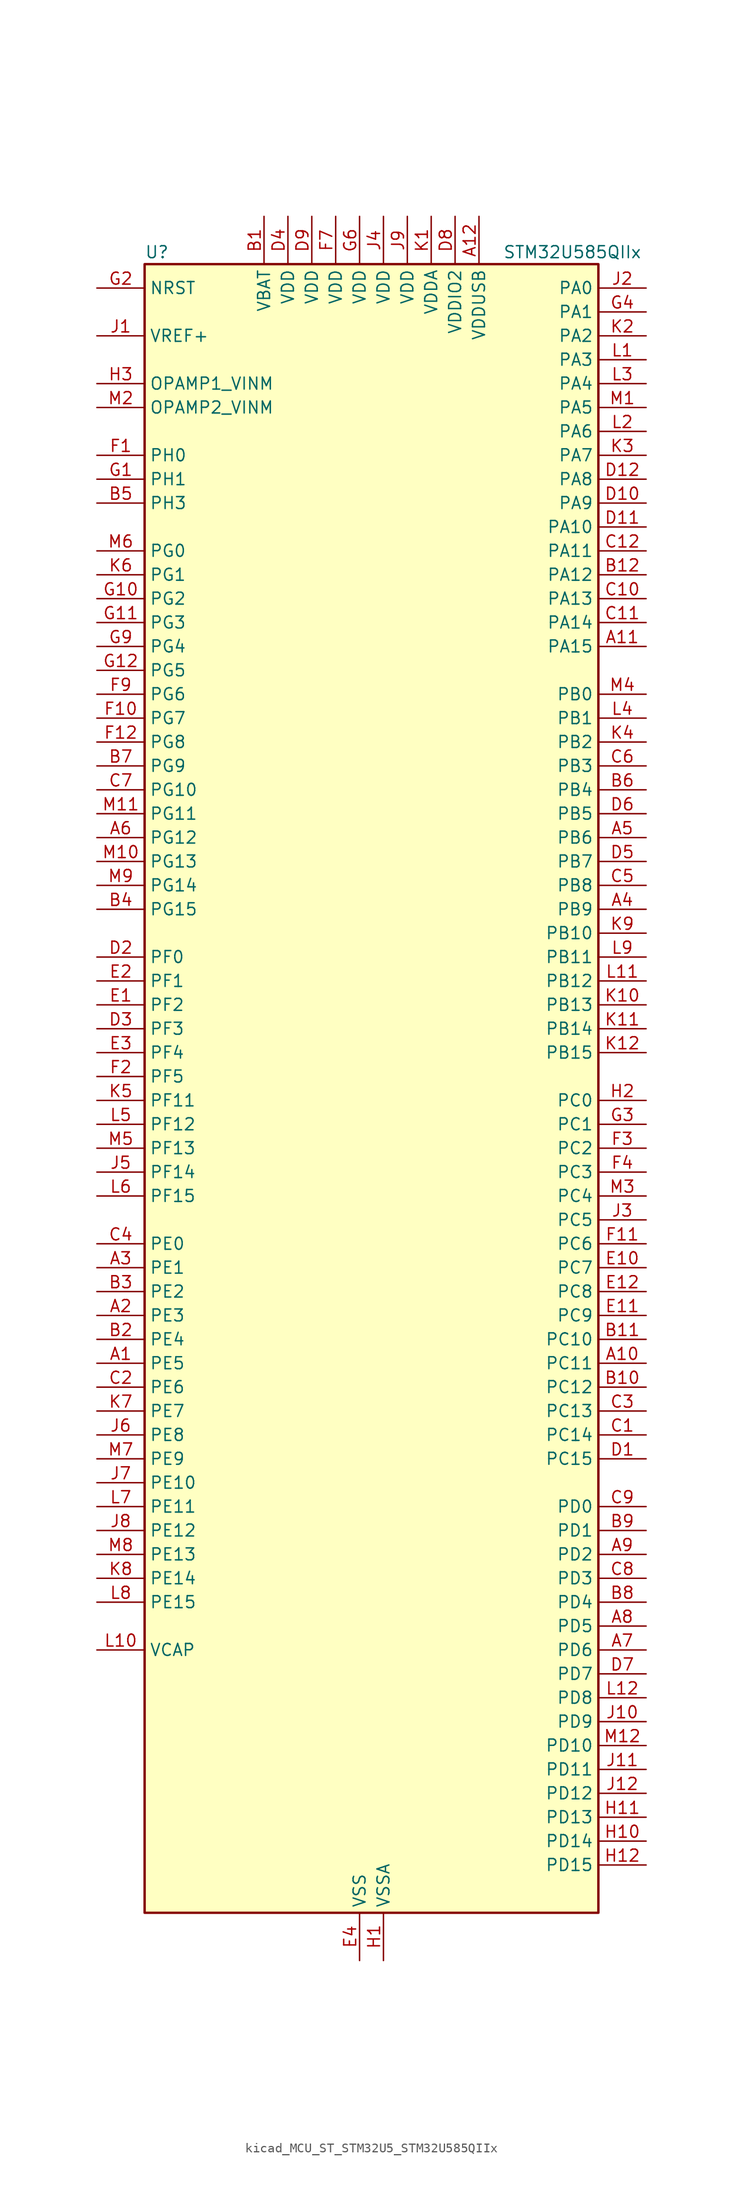
<source format=kicad_sym>
(kicad_symbol_lib
  (version 20220914)
  (generator kicad_symbol_editor)
  (symbol "kicad_MCU_ST_STM32U5_STM32U585QIIx"
    (property "Reference" "U"
      (at -22.86 90.17 0)
      (effects (font (size 1.27 1.27)) (justify left)))
    (property "Value" "STM32U585QIIx"
      (at 15.24 90.17 0)
      (effects (font (size 1.27 1.27)) (justify left)))
    (property "ki_locked" ""
      (at 0 0 0)
      (effects (font (size 1.27 1.27))))
    (symbol "kicad_MCU_ST_STM32U5_STM32U585QIIx_0_1"
      (rectangle (start -22.86 -86.36) (end 25.4 88.9) (stroke (width 0.254) (type default)) (fill (type background))))
    (symbol "kicad_MCU_ST_STM32U5_STM32U585QIIx_1_1"
      (pin bidirectional line (at -27.94 -27.94 0) (length 5.08) (name "PE5" (effects (font (size 1.27 1.27)))) (number "A1" (effects (font (size 1.27 1.27)))) (alternate "DCMI_D6" bidirectional line) (alternate "DEBUG_TRACED2" bidirectional line) (alternate "FMC_A21" bidirectional line) (alternate "MDF1_CKI3" bidirectional line) (alternate "PSSI_D6" bidirectional line) (alternate "PWR_WKUP2" bidirectional line) (alternate "SAI1_CK2" bidirectional line) (alternate "SAI1_SCK_A" bidirectional line) (alternate "TAMP_IN8" bidirectional line) (alternate "TAMP_OUT7" bidirectional line) (alternate "TIM3_CH3" bidirectional line) (alternate "TSC_G7_IO4" bidirectional line))
      (pin bidirectional line (at 30.48 -27.94 180) (length 5.08) (name "PC11" (effects (font (size 1.27 1.27)))) (number "A10" (effects (font (size 1.27 1.27)))) (alternate "ADC1_EXTI11" bidirectional line) (alternate "ADF1_SDI0" bidirectional line) (alternate "DCMI_D2" bidirectional line) (alternate "DCMI_D4" bidirectional line) (alternate "LPTIM3_IN1" bidirectional line) (alternate "OCTOSPIM_P1_NCS" bidirectional line) (alternate "PSSI_D2" bidirectional line) (alternate "PSSI_D4" bidirectional line) (alternate "SAI2_MCLK_B" bidirectional line) (alternate "SDMMC1_D3" bidirectional line) (alternate "SPI3_MISO" bidirectional line) (alternate "TSC_G3_IO3" bidirectional line) (alternate "UART4_RX" bidirectional line) (alternate "UCPD1_FRSTX2" bidirectional line) (alternate "USART3_RX" bidirectional line))
      (pin bidirectional line (at 30.48 48.26 180) (length 5.08) (name "PA15" (effects (font (size 1.27 1.27)))) (number "A11" (effects (font (size 1.27 1.27)))) (alternate "ADC1_EXTI15" bidirectional line) (alternate "ADC4_EXTI15" bidirectional line) (alternate "DEBUG_JTDI" bidirectional line) (alternate "SAI2_FS_B" bidirectional line) (alternate "SPI1_NSS" bidirectional line) (alternate "SPI3_NSS" bidirectional line) (alternate "TIM2_CH1" bidirectional line) (alternate "TIM2_ETR" bidirectional line) (alternate "UART4_DE" bidirectional line) (alternate "UART4_RTS" bidirectional line) (alternate "UCPD1_CC1" bidirectional line) (alternate "USART2_RX" bidirectional line) (alternate "USART3_DE" bidirectional line) (alternate "USART3_RTS" bidirectional line))
      (pin power_in line (at 12.7 93.98 270) (length 5.08) (name "VDDUSB" (effects (font (size 1.27 1.27)))) (number "A12" (effects (font (size 1.27 1.27)))))
      (pin bidirectional line (at -27.94 -22.86 0) (length 5.08) (name "PE3" (effects (font (size 1.27 1.27)))) (number "A2" (effects (font (size 1.27 1.27)))) (alternate "DEBUG_TRACED0" bidirectional line) (alternate "FMC_A19" bidirectional line) (alternate "OCTOSPIM_P1_DQS" bidirectional line) (alternate "SAI1_SD_B" bidirectional line) (alternate "TAMP_IN6" bidirectional line) (alternate "TAMP_OUT3" bidirectional line) (alternate "TIM3_CH1" bidirectional line) (alternate "TSC_G7_IO2" bidirectional line))
      (pin bidirectional line (at -27.94 -17.78 0) (length 5.08) (name "PE1" (effects (font (size 1.27 1.27)))) (number "A3" (effects (font (size 1.27 1.27)))) (alternate "DCMI_D3" bidirectional line) (alternate "FMC_NBL1" bidirectional line) (alternate "PSSI_D3" bidirectional line) (alternate "TIM17_CH1" bidirectional line))
      (pin bidirectional line (at 30.48 20.32 180) (length 5.08) (name "PB9" (effects (font (size 1.27 1.27)))) (number "A4" (effects (font (size 1.27 1.27)))) (alternate "DAC1_EXTI9" bidirectional line) (alternate "DCMI_D7" bidirectional line) (alternate "FDCAN1_TX" bidirectional line) (alternate "I2C1_SDA" bidirectional line) (alternate "IR_OUT" bidirectional line) (alternate "PSSI_D7" bidirectional line) (alternate "SAI1_D2" bidirectional line) (alternate "SAI1_FS_A" bidirectional line) (alternate "SDMMC1_CDIR" bidirectional line) (alternate "SDMMC1_D5" bidirectional line) (alternate "SDMMC2_D5" bidirectional line) (alternate "SPI2_NSS" bidirectional line) (alternate "TIM17_CH1" bidirectional line) (alternate "TIM4_CH4" bidirectional line))
      (pin bidirectional line (at 30.48 27.94 180) (length 5.08) (name "PB6" (effects (font (size 1.27 1.27)))) (number "A5" (effects (font (size 1.27 1.27)))) (alternate "COMP2_INP" bidirectional line) (alternate "DCMI_D5" bidirectional line) (alternate "I2C1_SCL" bidirectional line) (alternate "I2C4_SCL" bidirectional line) (alternate "LPTIM1_ETR" bidirectional line) (alternate "MDF1_SDI5" bidirectional line) (alternate "PSSI_D5" bidirectional line) (alternate "PWR_WKUP3" bidirectional line) (alternate "SAI1_FS_B" bidirectional line) (alternate "TIM16_CH1N" bidirectional line) (alternate "TIM4_CH1" bidirectional line) (alternate "TIM8_BKIN2" bidirectional line) (alternate "TSC_G2_IO3" bidirectional line) (alternate "USART1_TX" bidirectional line))
      (pin bidirectional line (at -27.94 27.94 0) (length 5.08) (name "PG12" (effects (font (size 1.27 1.27)))) (number "A6" (effects (font (size 1.27 1.27)))) (alternate "FMC_NE4" bidirectional line) (alternate "LPTIM1_ETR" bidirectional line) (alternate "OCTOSPIM_P2_NCS" bidirectional line) (alternate "SAI2_SD_A" bidirectional line) (alternate "SPI3_NSS" bidirectional line) (alternate "USART1_DE" bidirectional line) (alternate "USART1_RTS" bidirectional line))
      (pin bidirectional line (at 30.48 -58.42 180) (length 5.08) (name "PD6" (effects (font (size 1.27 1.27)))) (number "A7" (effects (font (size 1.27 1.27)))) (alternate "DCMI_D10" bidirectional line) (alternate "FMC_NWAIT" bidirectional line) (alternate "MDF1_SDI1" bidirectional line) (alternate "OCTOSPIM_P1_IO6" bidirectional line) (alternate "PSSI_D10" bidirectional line) (alternate "SAI1_D1" bidirectional line) (alternate "SAI1_SD_A" bidirectional line) (alternate "SDMMC2_CK" bidirectional line) (alternate "SPI3_MOSI" bidirectional line) (alternate "USART2_RX" bidirectional line))
      (pin bidirectional line (at 30.48 -55.88 180) (length 5.08) (name "PD5" (effects (font (size 1.27 1.27)))) (number "A8" (effects (font (size 1.27 1.27)))) (alternate "FMC_NWE" bidirectional line) (alternate "OCTOSPIM_P1_IO5" bidirectional line) (alternate "SPI2_RDY" bidirectional line) (alternate "USART2_TX" bidirectional line))
      (pin bidirectional line (at 30.48 -48.26 180) (length 5.08) (name "PD2" (effects (font (size 1.27 1.27)))) (number "A9" (effects (font (size 1.27 1.27)))) (alternate "DCMI_D11" bidirectional line) (alternate "DEBUG_TRACED2" bidirectional line) (alternate "LPTIM4_ETR" bidirectional line) (alternate "PSSI_D11" bidirectional line) (alternate "SDMMC1_CMD" bidirectional line) (alternate "TIM3_ETR" bidirectional line) (alternate "TSC_SYNC" bidirectional line) (alternate "UART5_RX" bidirectional line) (alternate "USART3_DE" bidirectional line) (alternate "USART3_RTS" bidirectional line))
      (pin power_in line (at -10.16 93.98 270) (length 5.08) (name "VBAT" (effects (font (size 1.27 1.27)))) (number "B1" (effects (font (size 1.27 1.27)))))
      (pin bidirectional line (at 30.48 -30.48 180) (length 5.08) (name "PC12" (effects (font (size 1.27 1.27)))) (number "B10" (effects (font (size 1.27 1.27)))) (alternate "DCMI_D9" bidirectional line) (alternate "DEBUG_TRACED3" bidirectional line) (alternate "PSSI_D9" bidirectional line) (alternate "SAI2_SD_B" bidirectional line) (alternate "SDMMC1_CK" bidirectional line) (alternate "SPI3_MOSI" bidirectional line) (alternate "TSC_G3_IO4" bidirectional line) (alternate "UART5_TX" bidirectional line) (alternate "USART3_CK" bidirectional line))
      (pin bidirectional line (at 30.48 -25.4 180) (length 5.08) (name "PC10" (effects (font (size 1.27 1.27)))) (number "B11" (effects (font (size 1.27 1.27)))) (alternate "ADF1_CCK1" bidirectional line) (alternate "DCMI_D8" bidirectional line) (alternate "DEBUG_TRACED1" bidirectional line) (alternate "LPTIM3_ETR" bidirectional line) (alternate "PSSI_D8" bidirectional line) (alternate "SAI2_SCK_B" bidirectional line) (alternate "SDMMC1_D2" bidirectional line) (alternate "SPI3_SCK" bidirectional line) (alternate "TSC_G3_IO2" bidirectional line) (alternate "UART4_TX" bidirectional line) (alternate "USART3_TX" bidirectional line))
      (pin bidirectional line (at 30.48 55.88 180) (length 5.08) (name "PA12" (effects (font (size 1.27 1.27)))) (number "B12" (effects (font (size 1.27 1.27)))) (alternate "FDCAN1_TX" bidirectional line) (alternate "OCTOSPIM_P2_NCS" bidirectional line) (alternate "SPI1_MOSI" bidirectional line) (alternate "TIM1_ETR" bidirectional line) (alternate "USART1_DE" bidirectional line) (alternate "USART1_RTS" bidirectional line) (alternate "USB_OTG_FS_DP" bidirectional line))
      (pin bidirectional line (at -27.94 -25.4 0) (length 5.08) (name "PE4" (effects (font (size 1.27 1.27)))) (number "B2" (effects (font (size 1.27 1.27)))) (alternate "DCMI_D4" bidirectional line) (alternate "DEBUG_TRACED1" bidirectional line) (alternate "FMC_A20" bidirectional line) (alternate "MDF1_SDI3" bidirectional line) (alternate "PSSI_D4" bidirectional line) (alternate "PWR_WKUP1" bidirectional line) (alternate "SAI1_D2" bidirectional line) (alternate "SAI1_FS_A" bidirectional line) (alternate "TAMP_IN7" bidirectional line) (alternate "TAMP_OUT8" bidirectional line) (alternate "TIM3_CH2" bidirectional line) (alternate "TSC_G7_IO3" bidirectional line))
      (pin bidirectional line (at -27.94 -20.32 0) (length 5.08) (name "PE2" (effects (font (size 1.27 1.27)))) (number "B3" (effects (font (size 1.27 1.27)))) (alternate "DEBUG_TRACECLK" bidirectional line) (alternate "FMC_A23" bidirectional line) (alternate "SAI1_CK1" bidirectional line) (alternate "SAI1_MCLK_A" bidirectional line) (alternate "TIM3_ETR" bidirectional line) (alternate "TSC_G7_IO1" bidirectional line))
      (pin bidirectional line (at -27.94 20.32 0) (length 5.08) (name "PG15" (effects (font (size 1.27 1.27)))) (number "B4" (effects (font (size 1.27 1.27)))) (alternate "ADC1_EXTI15" bidirectional line) (alternate "ADC4_EXTI15" bidirectional line) (alternate "DCMI_D13" bidirectional line) (alternate "I2C1_SMBA" bidirectional line) (alternate "LPTIM1_CH1" bidirectional line) (alternate "OCTOSPIM_P2_DQS" bidirectional line) (alternate "PSSI_D13" bidirectional line))
      (pin bidirectional line (at -27.94 63.5 0) (length 5.08) (name "PH3" (effects (font (size 1.27 1.27)))) (number "B5" (effects (font (size 1.27 1.27)))))
      (pin bidirectional line (at 30.48 33.02 180) (length 5.08) (name "PB4" (effects (font (size 1.27 1.27)))) (number "B6" (effects (font (size 1.27 1.27)))) (alternate "ADF1_SDI0" bidirectional line) (alternate "COMP2_INP" bidirectional line) (alternate "DCMI_D12" bidirectional line) (alternate "DEBUG_JTRST" bidirectional line) (alternate "I2C3_SDA" bidirectional line) (alternate "LPTIM1_CH2" bidirectional line) (alternate "PSSI_D12" bidirectional line) (alternate "SAI1_MCLK_B" bidirectional line) (alternate "SDMMC2_D3" bidirectional line) (alternate "SPI1_MISO" bidirectional line) (alternate "SPI3_MISO" bidirectional line) (alternate "TIM17_BKIN" bidirectional line) (alternate "TIM3_CH1" bidirectional line) (alternate "TSC_G2_IO1" bidirectional line) (alternate "UART5_DE" bidirectional line) (alternate "UART5_RTS" bidirectional line) (alternate "USART1_CTS" bidirectional line))
      (pin bidirectional line (at -27.94 35.56 0) (length 5.08) (name "PG9" (effects (font (size 1.27 1.27)))) (number "B7" (effects (font (size 1.27 1.27)))) (alternate "DAC1_EXTI9" bidirectional line) (alternate "FMC_NCE" bidirectional line) (alternate "FMC_NE2" bidirectional line) (alternate "OCTOSPIM_P2_IO6" bidirectional line) (alternate "SAI2_SCK_A" bidirectional line) (alternate "SPI3_SCK" bidirectional line) (alternate "TIM15_CH1N" bidirectional line) (alternate "USART1_TX" bidirectional line))
      (pin bidirectional line (at 30.48 -53.34 180) (length 5.08) (name "PD4" (effects (font (size 1.27 1.27)))) (number "B8" (effects (font (size 1.27 1.27)))) (alternate "FMC_NOE" bidirectional line) (alternate "MDF1_CKI0" bidirectional line) (alternate "OCTOSPIM_P1_IO4" bidirectional line) (alternate "SPI2_MOSI" bidirectional line) (alternate "USART2_DE" bidirectional line) (alternate "USART2_RTS" bidirectional line))
      (pin bidirectional line (at 30.48 -45.72 180) (length 5.08) (name "PD1" (effects (font (size 1.27 1.27)))) (number "B9" (effects (font (size 1.27 1.27)))) (alternate "FDCAN1_TX" bidirectional line) (alternate "FMC_D3" bidirectional line) (alternate "FMC_DA3" bidirectional line) (alternate "SPI2_SCK" bidirectional line))
      (pin bidirectional line (at 30.48 -35.56 180) (length 5.08) (name "PC14" (effects (font (size 1.27 1.27)))) (number "C1" (effects (font (size 1.27 1.27)))) (alternate "RCC_OSC32_IN" bidirectional line))
      (pin bidirectional line (at 30.48 53.34 180) (length 5.08) (name "PA13" (effects (font (size 1.27 1.27)))) (number "C10" (effects (font (size 1.27 1.27)))) (alternate "DEBUG_JTMS-SWDIO" bidirectional line) (alternate "IR_OUT" bidirectional line) (alternate "SAI1_SD_B" bidirectional line) (alternate "USB_OTG_FS_NOE" bidirectional line))
      (pin bidirectional line (at 30.48 50.8 180) (length 5.08) (name "PA14" (effects (font (size 1.27 1.27)))) (number "C11" (effects (font (size 1.27 1.27)))) (alternate "DEBUG_JTCK-SWCLK" bidirectional line) (alternate "I2C1_SMBA" bidirectional line) (alternate "I2C4_SMBA" bidirectional line) (alternate "LPTIM1_CH1" bidirectional line) (alternate "SAI1_FS_B" bidirectional line) (alternate "USB_OTG_FS_SOF" bidirectional line))
      (pin bidirectional line (at 30.48 58.42 180) (length 5.08) (name "PA11" (effects (font (size 1.27 1.27)))) (number "C12" (effects (font (size 1.27 1.27)))) (alternate "ADC1_EXTI11" bidirectional line) (alternate "FDCAN1_RX" bidirectional line) (alternate "SPI1_MISO" bidirectional line) (alternate "TIM1_BKIN2" bidirectional line) (alternate "TIM1_CH4" bidirectional line) (alternate "USART1_CTS" bidirectional line) (alternate "USB_OTG_FS_DM" bidirectional line))
      (pin bidirectional line (at -27.94 -30.48 0) (length 5.08) (name "PE6" (effects (font (size 1.27 1.27)))) (number "C2" (effects (font (size 1.27 1.27)))) (alternate "DCMI_D7" bidirectional line) (alternate "DEBUG_TRACED3" bidirectional line) (alternate "FMC_A22" bidirectional line) (alternate "PSSI_D7" bidirectional line) (alternate "PWR_WKUP3" bidirectional line) (alternate "SAI1_D1" bidirectional line) (alternate "SAI1_SD_A" bidirectional line) (alternate "TAMP_IN3" bidirectional line) (alternate "TAMP_OUT6" bidirectional line) (alternate "TIM3_CH4" bidirectional line))
      (pin bidirectional line (at 30.48 -33.02 180) (length 5.08) (name "PC13" (effects (font (size 1.27 1.27)))) (number "C3" (effects (font (size 1.27 1.27)))) (alternate "PWR_WKUP2" bidirectional line) (alternate "RTC_OUT1" bidirectional line) (alternate "RTC_TS" bidirectional line) (alternate "TAMP_IN1" bidirectional line) (alternate "TAMP_OUT2" bidirectional line))
      (pin bidirectional line (at -27.94 -15.24 0) (length 5.08) (name "PE0" (effects (font (size 1.27 1.27)))) (number "C4" (effects (font (size 1.27 1.27)))) (alternate "DCMI_D2" bidirectional line) (alternate "FMC_NBL0" bidirectional line) (alternate "PSSI_D2" bidirectional line) (alternate "TIM16_CH1" bidirectional line) (alternate "TIM4_ETR" bidirectional line))
      (pin bidirectional line (at 30.48 22.86 180) (length 5.08) (name "PB8" (effects (font (size 1.27 1.27)))) (number "C5" (effects (font (size 1.27 1.27)))) (alternate "DCMI_D6" bidirectional line) (alternate "FDCAN1_RX" bidirectional line) (alternate "I2C1_SCL" bidirectional line) (alternate "MDF1_CCK0" bidirectional line) (alternate "PSSI_D6" bidirectional line) (alternate "PWR_WKUP5" bidirectional line) (alternate "SAI1_CK1" bidirectional line) (alternate "SAI1_MCLK_A" bidirectional line) (alternate "SDMMC1_CKIN" bidirectional line) (alternate "SDMMC1_D4" bidirectional line) (alternate "SDMMC2_D4" bidirectional line) (alternate "SPI3_RDY" bidirectional line) (alternate "TIM16_CH1" bidirectional line) (alternate "TIM4_CH3" bidirectional line))
      (pin bidirectional line (at 30.48 35.56 180) (length 5.08) (name "PB3" (effects (font (size 1.27 1.27)))) (number "C6" (effects (font (size 1.27 1.27)))) (alternate "ADF1_CCK0" bidirectional line) (alternate "COMP2_INM" bidirectional line) (alternate "CRS_SYNC" bidirectional line) (alternate "DEBUG_JTDO-SWO" bidirectional line) (alternate "I2C1_SDA" bidirectional line) (alternate "LPTIM1_CH1" bidirectional line) (alternate "SAI1_SCK_B" bidirectional line) (alternate "SDMMC2_D2" bidirectional line) (alternate "SPI1_SCK" bidirectional line) (alternate "SPI3_SCK" bidirectional line) (alternate "TIM2_CH2" bidirectional line) (alternate "USART1_DE" bidirectional line) (alternate "USART1_RTS" bidirectional line))
      (pin bidirectional line (at -27.94 33.02 0) (length 5.08) (name "PG10" (effects (font (size 1.27 1.27)))) (number "C7" (effects (font (size 1.27 1.27)))) (alternate "FMC_NE3" bidirectional line) (alternate "LPTIM1_IN1" bidirectional line) (alternate "OCTOSPIM_P2_IO7" bidirectional line) (alternate "SAI2_FS_A" bidirectional line) (alternate "SPI3_MISO" bidirectional line) (alternate "TIM15_CH1" bidirectional line) (alternate "USART1_RX" bidirectional line))
      (pin bidirectional line (at 30.48 -50.8 180) (length 5.08) (name "PD3" (effects (font (size 1.27 1.27)))) (number "C8" (effects (font (size 1.27 1.27)))) (alternate "DCMI_D5" bidirectional line) (alternate "FMC_CLK" bidirectional line) (alternate "MDF1_SDI0" bidirectional line) (alternate "OCTOSPIM_P2_NCS" bidirectional line) (alternate "PSSI_D5" bidirectional line) (alternate "SPI2_MISO" bidirectional line) (alternate "SPI2_SCK" bidirectional line) (alternate "USART2_CTS" bidirectional line))
      (pin bidirectional line (at 30.48 -43.18 180) (length 5.08) (name "PD0" (effects (font (size 1.27 1.27)))) (number "C9" (effects (font (size 1.27 1.27)))) (alternate "FDCAN1_RX" bidirectional line) (alternate "FMC_D2" bidirectional line) (alternate "FMC_DA2" bidirectional line) (alternate "SPI2_NSS" bidirectional line) (alternate "TIM8_CH4N" bidirectional line))
      (pin bidirectional line (at 30.48 -38.1 180) (length 5.08) (name "PC15" (effects (font (size 1.27 1.27)))) (number "D1" (effects (font (size 1.27 1.27)))) (alternate "ADC1_EXTI15" bidirectional line) (alternate "ADC4_EXTI15" bidirectional line) (alternate "RCC_OSC32_OUT" bidirectional line))
      (pin bidirectional line (at 30.48 63.5 180) (length 5.08) (name "PA9" (effects (font (size 1.27 1.27)))) (number "D10" (effects (font (size 1.27 1.27)))) (alternate "DAC1_EXTI9" bidirectional line) (alternate "DCMI_D0" bidirectional line) (alternate "PSSI_D0" bidirectional line) (alternate "SAI1_FS_A" bidirectional line) (alternate "SPI2_SCK" bidirectional line) (alternate "TIM15_BKIN" bidirectional line) (alternate "TIM1_CH2" bidirectional line) (alternate "USART1_TX" bidirectional line) (alternate "USB_OTG_FS_VBUS" bidirectional line))
      (pin bidirectional line (at 30.48 60.96 180) (length 5.08) (name "PA10" (effects (font (size 1.27 1.27)))) (number "D11" (effects (font (size 1.27 1.27)))) (alternate "CRS_SYNC" bidirectional line) (alternate "DCMI_D1" bidirectional line) (alternate "LPTIM2_IN2" bidirectional line) (alternate "PSSI_D1" bidirectional line) (alternate "SAI1_D1" bidirectional line) (alternate "SAI1_SD_A" bidirectional line) (alternate "TIM17_BKIN" bidirectional line) (alternate "TIM1_CH3" bidirectional line) (alternate "USART1_RX" bidirectional line) (alternate "USB_OTG_FS_ID" bidirectional line))
      (pin bidirectional line (at 30.48 66.04 180) (length 5.08) (name "PA8" (effects (font (size 1.27 1.27)))) (number "D12" (effects (font (size 1.27 1.27)))) (alternate "DEBUG_TRACECLK" bidirectional line) (alternate "LPTIM2_CH1" bidirectional line) (alternate "RCC_MCO" bidirectional line) (alternate "SAI1_CK2" bidirectional line) (alternate "SAI1_SCK_A" bidirectional line) (alternate "SPI1_RDY" bidirectional line) (alternate "TIM1_CH1" bidirectional line) (alternate "USART1_CK" bidirectional line) (alternate "USB_OTG_FS_SOF" bidirectional line))
      (pin bidirectional line (at -27.94 15.24 0) (length 5.08) (name "PF0" (effects (font (size 1.27 1.27)))) (number "D2" (effects (font (size 1.27 1.27)))) (alternate "FMC_A0" bidirectional line) (alternate "I2C2_SDA" bidirectional line) (alternate "OCTOSPIM_P2_IO0" bidirectional line))
      (pin bidirectional line (at -27.94 7.62 0) (length 5.08) (name "PF3" (effects (font (size 1.27 1.27)))) (number "D3" (effects (font (size 1.27 1.27)))) (alternate "FMC_A3" bidirectional line) (alternate "LPTIM3_IN1" bidirectional line) (alternate "OCTOSPIM_P2_IO3" bidirectional line))
      (pin power_in line (at -7.62 93.98 270) (length 5.08) (name "VDD" (effects (font (size 1.27 1.27)))) (number "D4" (effects (font (size 1.27 1.27)))))
      (pin bidirectional line (at 30.48 25.4 180) (length 5.08) (name "PB7" (effects (font (size 1.27 1.27)))) (number "D5" (effects (font (size 1.27 1.27)))) (alternate "COMP2_INM" bidirectional line) (alternate "DCMI_VSYNC" bidirectional line) (alternate "FMC_NL" bidirectional line) (alternate "I2C1_SDA" bidirectional line) (alternate "I2C4_SDA" bidirectional line) (alternate "LPTIM1_IN2" bidirectional line) (alternate "MDF1_CKI5" bidirectional line) (alternate "PSSI_RDY" bidirectional line) (alternate "PWR_PVD_IN" bidirectional line) (alternate "PWR_WKUP4" bidirectional line) (alternate "TIM17_CH1N" bidirectional line) (alternate "TIM4_CH2" bidirectional line) (alternate "TIM8_BKIN" bidirectional line) (alternate "TSC_G2_IO4" bidirectional line) (alternate "UART4_CTS" bidirectional line) (alternate "USART1_RX" bidirectional line))
      (pin bidirectional line (at 30.48 30.48 180) (length 5.08) (name "PB5" (effects (font (size 1.27 1.27)))) (number "D6" (effects (font (size 1.27 1.27)))) (alternate "COMP2_OUT" bidirectional line) (alternate "DCMI_D10" bidirectional line) (alternate "I2C1_SMBA" bidirectional line) (alternate "LPTIM1_IN1" bidirectional line) (alternate "OCTOSPIM_P1_NCLK" bidirectional line) (alternate "PSSI_D10" bidirectional line) (alternate "PWR_WKUP6" bidirectional line) (alternate "SAI1_SD_B" bidirectional line) (alternate "SPI1_MOSI" bidirectional line) (alternate "SPI3_MOSI" bidirectional line) (alternate "TIM16_BKIN" bidirectional line) (alternate "TIM3_CH2" bidirectional line) (alternate "TSC_G2_IO2" bidirectional line) (alternate "UART5_CTS" bidirectional line) (alternate "UCPD1_DBCC1" bidirectional line) (alternate "USART1_CK" bidirectional line))
      (pin bidirectional line (at 30.48 -60.96 180) (length 5.08) (name "PD7" (effects (font (size 1.27 1.27)))) (number "D7" (effects (font (size 1.27 1.27)))) (alternate "FMC_NCE" bidirectional line) (alternate "FMC_NE1" bidirectional line) (alternate "LPTIM4_OUT" bidirectional line) (alternate "MDF1_CKI1" bidirectional line) (alternate "OCTOSPIM_P1_IO7" bidirectional line) (alternate "SDMMC2_CMD" bidirectional line) (alternate "USART2_CK" bidirectional line))
      (pin power_in line (at 10.16 93.98 270) (length 5.08) (name "VDDIO2" (effects (font (size 1.27 1.27)))) (number "D8" (effects (font (size 1.27 1.27)))))
      (pin power_in line (at -5.08 93.98 270) (length 5.08) (name "VDD" (effects (font (size 1.27 1.27)))) (number "D9" (effects (font (size 1.27 1.27)))))
      (pin bidirectional line (at -27.94 10.16 0) (length 5.08) (name "PF2" (effects (font (size 1.27 1.27)))) (number "E1" (effects (font (size 1.27 1.27)))) (alternate "FMC_A2" bidirectional line) (alternate "I2C2_SMBA" bidirectional line) (alternate "LPTIM3_CH2" bidirectional line) (alternate "OCTOSPIM_P2_IO2" bidirectional line) (alternate "PWR_WKUP8" bidirectional line))
      (pin bidirectional line (at 30.48 -17.78 180) (length 5.08) (name "PC7" (effects (font (size 1.27 1.27)))) (number "E10" (effects (font (size 1.27 1.27)))) (alternate "DCMI_D1" bidirectional line) (alternate "LPTIM2_CH2" bidirectional line) (alternate "MDF1_SDI3" bidirectional line) (alternate "PSSI_D1" bidirectional line) (alternate "PWR_CDSTOP" bidirectional line) (alternate "SAI2_MCLK_B" bidirectional line) (alternate "SDMMC1_D123DIR" bidirectional line) (alternate "SDMMC1_D7" bidirectional line) (alternate "SDMMC2_D7" bidirectional line) (alternate "TIM3_CH2" bidirectional line) (alternate "TIM8_CH2" bidirectional line) (alternate "TSC_G4_IO2" bidirectional line))
      (pin bidirectional line (at 30.48 -22.86 180) (length 5.08) (name "PC9" (effects (font (size 1.27 1.27)))) (number "E11" (effects (font (size 1.27 1.27)))) (alternate "DAC1_EXTI9" bidirectional line) (alternate "DCMI_D3" bidirectional line) (alternate "DEBUG_TRACED0" bidirectional line) (alternate "LPTIM3_CH2" bidirectional line) (alternate "PSSI_D3" bidirectional line) (alternate "SDMMC1_D1" bidirectional line) (alternate "TIM3_CH4" bidirectional line) (alternate "TIM8_BKIN2" bidirectional line) (alternate "TIM8_CH4" bidirectional line) (alternate "TSC_G4_IO4" bidirectional line) (alternate "USB_OTG_FS_NOE" bidirectional line))
      (pin bidirectional line (at 30.48 -20.32 180) (length 5.08) (name "PC8" (effects (font (size 1.27 1.27)))) (number "E12" (effects (font (size 1.27 1.27)))) (alternate "DCMI_D2" bidirectional line) (alternate "LPTIM3_CH1" bidirectional line) (alternate "PSSI_D2" bidirectional line) (alternate "PWR_SRDSTOP" bidirectional line) (alternate "SDMMC1_D0" bidirectional line) (alternate "TIM3_CH3" bidirectional line) (alternate "TIM8_CH3" bidirectional line) (alternate "TSC_G4_IO3" bidirectional line))
      (pin bidirectional line (at -27.94 12.7 0) (length 5.08) (name "PF1" (effects (font (size 1.27 1.27)))) (number "E2" (effects (font (size 1.27 1.27)))) (alternate "FMC_A1" bidirectional line) (alternate "I2C2_SCL" bidirectional line) (alternate "OCTOSPIM_P2_IO1" bidirectional line))
      (pin bidirectional line (at -27.94 5.08 0) (length 5.08) (name "PF4" (effects (font (size 1.27 1.27)))) (number "E3" (effects (font (size 1.27 1.27)))) (alternate "FMC_A4" bidirectional line) (alternate "LPTIM3_ETR" bidirectional line) (alternate "OCTOSPIM_P2_CLK" bidirectional line))
      (pin power_in line (at 0 -91.44 90) (length 5.08) (name "VSS" (effects (font (size 1.27 1.27)))) (number "E4" (effects (font (size 1.27 1.27)))))
      (pin passive line (at 0 -91.44 90) (length 5.08) hide (name "VSS" (effects (font (size 1.27 1.27)))) (number "E9" (effects (font (size 1.27 1.27)))))
      (pin bidirectional line (at -27.94 68.58 0) (length 5.08) (name "PH0" (effects (font (size 1.27 1.27)))) (number "F1" (effects (font (size 1.27 1.27)))) (alternate "RCC_OSC_IN" bidirectional line))
      (pin bidirectional line (at -27.94 40.64 0) (length 5.08) (name "PG7" (effects (font (size 1.27 1.27)))) (number "F10" (effects (font (size 1.27 1.27)))) (alternate "FMC_INT" bidirectional line) (alternate "I2C3_SCL" bidirectional line) (alternate "LPUART1_TX" bidirectional line) (alternate "MDF1_CCK0" bidirectional line) (alternate "OCTOSPIM_P2_DQS" bidirectional line) (alternate "SAI1_CK1" bidirectional line) (alternate "SAI1_MCLK_A" bidirectional line) (alternate "UCPD1_FRSTX2" bidirectional line))
      (pin bidirectional line (at 30.48 -15.24 180) (length 5.08) (name "PC6" (effects (font (size 1.27 1.27)))) (number "F11" (effects (font (size 1.27 1.27)))) (alternate "DCMI_D0" bidirectional line) (alternate "MDF1_CKI3" bidirectional line) (alternate "PSSI_D0" bidirectional line) (alternate "PWR_CSLEEP" bidirectional line) (alternate "SAI2_MCLK_A" bidirectional line) (alternate "SDMMC1_D0DIR" bidirectional line) (alternate "SDMMC1_D6" bidirectional line) (alternate "SDMMC2_D6" bidirectional line) (alternate "TIM3_CH1" bidirectional line) (alternate "TIM8_CH1" bidirectional line) (alternate "TSC_G4_IO1" bidirectional line))
      (pin bidirectional line (at -27.94 38.1 0) (length 5.08) (name "PG8" (effects (font (size 1.27 1.27)))) (number "F12" (effects (font (size 1.27 1.27)))) (alternate "I2C3_SDA" bidirectional line) (alternate "LPUART1_RX" bidirectional line))
      (pin bidirectional line (at -27.94 2.54 0) (length 5.08) (name "PF5" (effects (font (size 1.27 1.27)))) (number "F2" (effects (font (size 1.27 1.27)))) (alternate "FMC_A5" bidirectional line) (alternate "LPTIM3_CH1" bidirectional line) (alternate "OCTOSPIM_P2_NCLK" bidirectional line))
      (pin bidirectional line (at 30.48 -5.08 180) (length 5.08) (name "PC2" (effects (font (size 1.27 1.27)))) (number "F3" (effects (font (size 1.27 1.27)))) (alternate "ADC1_IN3" bidirectional line) (alternate "ADC4_IN3" bidirectional line) (alternate "LPTIM1_IN2" bidirectional line) (alternate "MDF1_CCK1" bidirectional line) (alternate "OCTOSPIM_P1_IO5" bidirectional line) (alternate "SPI2_MISO" bidirectional line))
      (pin bidirectional line (at 30.48 -7.62 180) (length 5.08) (name "PC3" (effects (font (size 1.27 1.27)))) (number "F4" (effects (font (size 1.27 1.27)))) (alternate "ADC1_IN4" bidirectional line) (alternate "ADC4_IN4" bidirectional line) (alternate "LPTIM1_ETR" bidirectional line) (alternate "LPTIM2_ETR" bidirectional line) (alternate "LPTIM3_CH1" bidirectional line) (alternate "OCTOSPIM_P1_IO6" bidirectional line) (alternate "SAI1_D1" bidirectional line) (alternate "SAI1_SD_A" bidirectional line) (alternate "SPI2_MOSI" bidirectional line))
      (pin passive line (at 0 -91.44 90) (length 5.08) hide (name "VSS" (effects (font (size 1.27 1.27)))) (number "F6" (effects (font (size 1.27 1.27)))))
      (pin power_in line (at -2.54 93.98 270) (length 5.08) (name "VDD" (effects (font (size 1.27 1.27)))) (number "F7" (effects (font (size 1.27 1.27)))))
      (pin bidirectional line (at -27.94 43.18 0) (length 5.08) (name "PG6" (effects (font (size 1.27 1.27)))) (number "F9" (effects (font (size 1.27 1.27)))) (alternate "I2C3_SMBA" bidirectional line) (alternate "LPUART1_DE" bidirectional line) (alternate "LPUART1_RTS" bidirectional line) (alternate "OCTOSPIM_P1_DQS" bidirectional line) (alternate "SPI1_RDY" bidirectional line) (alternate "UCPD1_FRSTX1" bidirectional line))
      (pin bidirectional line (at -27.94 66.04 0) (length 5.08) (name "PH1" (effects (font (size 1.27 1.27)))) (number "G1" (effects (font (size 1.27 1.27)))) (alternate "RCC_OSC_OUT" bidirectional line))
      (pin bidirectional line (at -27.94 53.34 0) (length 5.08) (name "PG2" (effects (font (size 1.27 1.27)))) (number "G10" (effects (font (size 1.27 1.27)))) (alternate "FMC_A12" bidirectional line) (alternate "SAI2_SCK_B" bidirectional line) (alternate "SPI1_SCK" bidirectional line))
      (pin bidirectional line (at -27.94 50.8 0) (length 5.08) (name "PG3" (effects (font (size 1.27 1.27)))) (number "G11" (effects (font (size 1.27 1.27)))) (alternate "FMC_A13" bidirectional line) (alternate "SAI2_FS_B" bidirectional line) (alternate "SPI1_MISO" bidirectional line))
      (pin bidirectional line (at -27.94 45.72 0) (length 5.08) (name "PG5" (effects (font (size 1.27 1.27)))) (number "G12" (effects (font (size 1.27 1.27)))) (alternate "FMC_A15" bidirectional line) (alternate "LPUART1_CTS" bidirectional line) (alternate "SAI2_SD_B" bidirectional line) (alternate "SPI1_NSS" bidirectional line))
      (pin input line (at -27.94 86.36 0) (length 5.08) (name "NRST" (effects (font (size 1.27 1.27)))) (number "G2" (effects (font (size 1.27 1.27)))))
      (pin bidirectional line (at 30.48 -2.54 180) (length 5.08) (name "PC1" (effects (font (size 1.27 1.27)))) (number "G3" (effects (font (size 1.27 1.27)))) (alternate "ADC1_IN2" bidirectional line) (alternate "ADC4_IN2" bidirectional line) (alternate "DEBUG_TRACED0" bidirectional line) (alternate "I2C3_SDA" bidirectional line) (alternate "LPTIM1_CH1" bidirectional line) (alternate "LPUART1_TX" bidirectional line) (alternate "MDF1_CKI4" bidirectional line) (alternate "OCTOSPIM_P1_IO4" bidirectional line) (alternate "SAI1_SD_A" bidirectional line) (alternate "SDMMC2_CK" bidirectional line) (alternate "SPI2_MOSI" bidirectional line))
      (pin bidirectional line (at 30.48 83.82 180) (length 5.08) (name "PA1" (effects (font (size 1.27 1.27)))) (number "G4" (effects (font (size 1.27 1.27)))) (alternate "ADC1_IN6" bidirectional line) (alternate "I2C1_SMBA" bidirectional line) (alternate "LPTIM1_CH2" bidirectional line) (alternate "OCTOSPIM_P1_DQS" bidirectional line) (alternate "OPAMP1_VINM" bidirectional line) (alternate "PWR_WKUP3" bidirectional line) (alternate "SPI1_SCK" bidirectional line) (alternate "TAMP_IN5" bidirectional line) (alternate "TAMP_OUT4" bidirectional line) (alternate "TIM15_CH1N" bidirectional line) (alternate "TIM2_CH2" bidirectional line) (alternate "TIM5_CH2" bidirectional line) (alternate "UART4_RX" bidirectional line) (alternate "USART2_DE" bidirectional line) (alternate "USART2_RTS" bidirectional line))
      (pin power_in line (at 0 93.98 270) (length 5.08) (name "VDD" (effects (font (size 1.27 1.27)))) (number "G6" (effects (font (size 1.27 1.27)))))
      (pin passive line (at 0 -91.44 90) (length 5.08) hide (name "VSS" (effects (font (size 1.27 1.27)))) (number "G7" (effects (font (size 1.27 1.27)))))
      (pin bidirectional line (at -27.94 48.26 0) (length 5.08) (name "PG4" (effects (font (size 1.27 1.27)))) (number "G9" (effects (font (size 1.27 1.27)))) (alternate "FMC_A14" bidirectional line) (alternate "SAI2_MCLK_B" bidirectional line) (alternate "SPI1_MOSI" bidirectional line))
      (pin power_in line (at 2.54 -91.44 90) (length 5.08) (name "VSSA" (effects (font (size 1.27 1.27)))) (number "H1" (effects (font (size 1.27 1.27)))))
      (pin bidirectional line (at 30.48 -78.74 180) (length 5.08) (name "PD14" (effects (font (size 1.27 1.27)))) (number "H10" (effects (font (size 1.27 1.27)))) (alternate "FMC_D0" bidirectional line) (alternate "FMC_DA0" bidirectional line) (alternate "LPTIM3_CH1" bidirectional line) (alternate "TIM4_CH3" bidirectional line))
      (pin bidirectional line (at 30.48 -76.2 180) (length 5.08) (name "PD13" (effects (font (size 1.27 1.27)))) (number "H11" (effects (font (size 1.27 1.27)))) (alternate "ADC4_IN17" bidirectional line) (alternate "FMC_A18" bidirectional line) (alternate "I2C4_SDA" bidirectional line) (alternate "LPTIM2_CH1" bidirectional line) (alternate "LPTIM4_IN1" bidirectional line) (alternate "TIM4_CH2" bidirectional line) (alternate "TSC_G6_IO4" bidirectional line))
      (pin bidirectional line (at 30.48 -81.28 180) (length 5.08) (name "PD15" (effects (font (size 1.27 1.27)))) (number "H12" (effects (font (size 1.27 1.27)))) (alternate "ADC1_EXTI15" bidirectional line) (alternate "ADC4_EXTI15" bidirectional line) (alternate "FMC_D1" bidirectional line) (alternate "FMC_DA1" bidirectional line) (alternate "LPTIM3_CH2" bidirectional line) (alternate "TIM4_CH4" bidirectional line))
      (pin bidirectional line (at 30.48 0 180) (length 5.08) (name "PC0" (effects (font (size 1.27 1.27)))) (number "H2" (effects (font (size 1.27 1.27)))) (alternate "ADC1_IN1" bidirectional line) (alternate "ADC4_IN1" bidirectional line) (alternate "I2C3_SCL" bidirectional line) (alternate "LPTIM1_IN1" bidirectional line) (alternate "LPTIM2_IN1" bidirectional line) (alternate "LPUART1_RX" bidirectional line) (alternate "MDF1_SDI4" bidirectional line) (alternate "OCTOSPIM_P1_IO7" bidirectional line) (alternate "SAI2_FS_A" bidirectional line) (alternate "SDMMC1_D5" bidirectional line) (alternate "SPI2_RDY" bidirectional line))
      (pin bidirectional line (at -27.94 76.2 0) (length 5.08) (name "OPAMP1_VINM" (effects (font (size 1.27 1.27)))) (number "H3" (effects (font (size 1.27 1.27)))) (alternate "OPAMP1_VINM" bidirectional line))
      (pin passive line (at 0 -91.44 90) (length 5.08) hide (name "VSS" (effects (font (size 1.27 1.27)))) (number "H4" (effects (font (size 1.27 1.27)))))
      (pin passive line (at 0 -91.44 90) (length 5.08) hide (name "VSS" (effects (font (size 1.27 1.27)))) (number "H9" (effects (font (size 1.27 1.27)))))
      (pin input line (at -27.94 81.28 0) (length 5.08) (name "VREF+" (effects (font (size 1.27 1.27)))) (number "J1" (effects (font (size 1.27 1.27)))) (alternate "VREFBUF_OUT" bidirectional line))
      (pin bidirectional line (at 30.48 -66.04 180) (length 5.08) (name "PD9" (effects (font (size 1.27 1.27)))) (number "J10" (effects (font (size 1.27 1.27)))) (alternate "DAC1_EXTI9" bidirectional line) (alternate "DCMI_PIXCLK" bidirectional line) (alternate "FMC_D14" bidirectional line) (alternate "FMC_DA14" bidirectional line) (alternate "LPTIM2_IN2" bidirectional line) (alternate "LPTIM3_IN1" bidirectional line) (alternate "PSSI_PDCK" bidirectional line) (alternate "SAI2_MCLK_A" bidirectional line) (alternate "USART3_RX" bidirectional line))
      (pin bidirectional line (at 30.48 -71.12 180) (length 5.08) (name "PD11" (effects (font (size 1.27 1.27)))) (number "J11" (effects (font (size 1.27 1.27)))) (alternate "ADC1_EXTI11" bidirectional line) (alternate "ADC4_IN15" bidirectional line) (alternate "FMC_A16" bidirectional line) (alternate "FMC_CLE" bidirectional line) (alternate "I2C4_SMBA" bidirectional line) (alternate "LPTIM2_ETR" bidirectional line) (alternate "SAI2_SD_A" bidirectional line) (alternate "TSC_G6_IO2" bidirectional line) (alternate "USART3_CTS" bidirectional line))
      (pin bidirectional line (at 30.48 -73.66 180) (length 5.08) (name "PD12" (effects (font (size 1.27 1.27)))) (number "J12" (effects (font (size 1.27 1.27)))) (alternate "ADC4_IN16" bidirectional line) (alternate "FMC_A17" bidirectional line) (alternate "FMC_ALE" bidirectional line) (alternate "I2C4_SCL" bidirectional line) (alternate "LPTIM2_IN1" bidirectional line) (alternate "SAI2_FS_A" bidirectional line) (alternate "TIM4_CH1" bidirectional line) (alternate "TSC_G6_IO3" bidirectional line) (alternate "USART3_DE" bidirectional line) (alternate "USART3_RTS" bidirectional line))
      (pin bidirectional line (at 30.48 86.36 180) (length 5.08) (name "PA0" (effects (font (size 1.27 1.27)))) (number "J2" (effects (font (size 1.27 1.27)))) (alternate "ADC1_IN5" bidirectional line) (alternate "AUDIOCLK" bidirectional line) (alternate "OCTOSPIM_P2_NCS" bidirectional line) (alternate "OPAMP1_VINP" bidirectional line) (alternate "PWR_WKUP1" bidirectional line) (alternate "SDMMC2_CMD" bidirectional line) (alternate "SPI3_RDY" bidirectional line) (alternate "TAMP_IN2" bidirectional line) (alternate "TAMP_OUT1" bidirectional line) (alternate "TIM2_CH1" bidirectional line) (alternate "TIM2_ETR" bidirectional line) (alternate "TIM5_CH1" bidirectional line) (alternate "TIM8_ETR" bidirectional line) (alternate "UART4_TX" bidirectional line) (alternate "USART2_CTS" bidirectional line))
      (pin bidirectional line (at 30.48 -12.7 180) (length 5.08) (name "PC5" (effects (font (size 1.27 1.27)))) (number "J3" (effects (font (size 1.27 1.27)))) (alternate "ADC1_IN14" bidirectional line) (alternate "ADC4_IN23" bidirectional line) (alternate "COMP1_INP" bidirectional line) (alternate "PSSI_D15" bidirectional line) (alternate "PWR_WKUP5" bidirectional line) (alternate "SAI1_D3" bidirectional line) (alternate "TAMP_IN4" bidirectional line) (alternate "TAMP_OUT5" bidirectional line) (alternate "TIM1_CH4N" bidirectional line) (alternate "USART3_RX" bidirectional line))
      (pin power_in line (at 2.54 93.98 270) (length 5.08) (name "VDD" (effects (font (size 1.27 1.27)))) (number "J4" (effects (font (size 1.27 1.27)))))
      (pin bidirectional line (at -27.94 -7.62 0) (length 5.08) (name "PF14" (effects (font (size 1.27 1.27)))) (number "J5" (effects (font (size 1.27 1.27)))) (alternate "ADC4_IN5" bidirectional line) (alternate "FMC_A8" bidirectional line) (alternate "I2C4_SCL" bidirectional line) (alternate "TSC_G8_IO1" bidirectional line))
      (pin bidirectional line (at -27.94 -35.56 0) (length 5.08) (name "PE8" (effects (font (size 1.27 1.27)))) (number "J6" (effects (font (size 1.27 1.27)))) (alternate "FMC_D5" bidirectional line) (alternate "FMC_DA5" bidirectional line) (alternate "MDF1_CKI2" bidirectional line) (alternate "PWR_WKUP7" bidirectional line) (alternate "SAI1_SCK_B" bidirectional line) (alternate "TIM1_CH1N" bidirectional line))
      (pin bidirectional line (at -27.94 -40.64 0) (length 5.08) (name "PE10" (effects (font (size 1.27 1.27)))) (number "J7" (effects (font (size 1.27 1.27)))) (alternate "ADF1_SDI0" bidirectional line) (alternate "FMC_D7" bidirectional line) (alternate "FMC_DA7" bidirectional line) (alternate "MDF1_SDI4" bidirectional line) (alternate "OCTOSPIM_P1_CLK" bidirectional line) (alternate "SAI1_MCLK_B" bidirectional line) (alternate "TIM1_CH2N" bidirectional line) (alternate "TSC_G5_IO1" bidirectional line))
      (pin bidirectional line (at -27.94 -45.72 0) (length 5.08) (name "PE12" (effects (font (size 1.27 1.27)))) (number "J8" (effects (font (size 1.27 1.27)))) (alternate "FMC_D9" bidirectional line) (alternate "FMC_DA9" bidirectional line) (alternate "MDF1_SDI5" bidirectional line) (alternate "OCTOSPIM_P1_IO0" bidirectional line) (alternate "SPI1_NSS" bidirectional line) (alternate "TIM1_CH3N" bidirectional line) (alternate "TSC_G5_IO3" bidirectional line))
      (pin power_in line (at 5.08 93.98 270) (length 5.08) (name "VDD" (effects (font (size 1.27 1.27)))) (number "J9" (effects (font (size 1.27 1.27)))))
      (pin power_in line (at 7.62 93.98 270) (length 5.08) (name "VDDA" (effects (font (size 1.27 1.27)))) (number "K1" (effects (font (size 1.27 1.27)))))
      (pin bidirectional line (at 30.48 10.16 180) (length 5.08) (name "PB13" (effects (font (size 1.27 1.27)))) (number "K10" (effects (font (size 1.27 1.27)))) (alternate "I2C2_SCL" bidirectional line) (alternate "LPTIM3_IN1" bidirectional line) (alternate "LPUART1_CTS" bidirectional line) (alternate "MDF1_CKI1" bidirectional line) (alternate "SAI2_SCK_A" bidirectional line) (alternate "SPI2_SCK" bidirectional line) (alternate "TIM15_CH1N" bidirectional line) (alternate "TIM1_CH1N" bidirectional line) (alternate "TSC_G1_IO2" bidirectional line) (alternate "USART3_CTS" bidirectional line))
      (pin bidirectional line (at 30.48 7.62 180) (length 5.08) (name "PB14" (effects (font (size 1.27 1.27)))) (number "K11" (effects (font (size 1.27 1.27)))) (alternate "I2C2_SDA" bidirectional line) (alternate "LPTIM3_ETR" bidirectional line) (alternate "MDF1_SDI2" bidirectional line) (alternate "SAI2_MCLK_A" bidirectional line) (alternate "SDMMC2_D0" bidirectional line) (alternate "SPI2_MISO" bidirectional line) (alternate "TIM15_CH1" bidirectional line) (alternate "TIM1_CH2N" bidirectional line) (alternate "TIM8_CH2N" bidirectional line) (alternate "TSC_G1_IO3" bidirectional line) (alternate "UCPD1_DBCC2" bidirectional line) (alternate "USART3_DE" bidirectional line) (alternate "USART3_RTS" bidirectional line))
      (pin bidirectional line (at 30.48 5.08 180) (length 5.08) (name "PB15" (effects (font (size 1.27 1.27)))) (number "K12" (effects (font (size 1.27 1.27)))) (alternate "ADC1_EXTI15" bidirectional line) (alternate "ADC4_EXTI15" bidirectional line) (alternate "FMC_NBL1" bidirectional line) (alternate "LPTIM2_IN2" bidirectional line) (alternate "MDF1_CKI2" bidirectional line) (alternate "PWR_WKUP7" bidirectional line) (alternate "RTC_REFIN" bidirectional line) (alternate "SAI2_SD_A" bidirectional line) (alternate "SDMMC2_D1" bidirectional line) (alternate "SPI2_MOSI" bidirectional line) (alternate "TIM15_CH2" bidirectional line) (alternate "TIM1_CH3N" bidirectional line) (alternate "TIM8_CH3N" bidirectional line) (alternate "UCPD1_CC2" bidirectional line))
      (pin bidirectional line (at 30.48 81.28 180) (length 5.08) (name "PA2" (effects (font (size 1.27 1.27)))) (number "K2" (effects (font (size 1.27 1.27)))) (alternate "ADC1_IN7" bidirectional line) (alternate "COMP1_INP" bidirectional line) (alternate "LPUART1_TX" bidirectional line) (alternate "OCTOSPIM_P1_NCS" bidirectional line) (alternate "PWR_WKUP4" bidirectional line) (alternate "RCC_LSCO" bidirectional line) (alternate "SPI1_RDY" bidirectional line) (alternate "TIM15_CH1" bidirectional line) (alternate "TIM2_CH3" bidirectional line) (alternate "TIM5_CH3" bidirectional line) (alternate "UCPD1_FRSTX1" bidirectional line) (alternate "USART2_TX" bidirectional line))
      (pin bidirectional line (at 30.48 68.58 180) (length 5.08) (name "PA7" (effects (font (size 1.27 1.27)))) (number "K3" (effects (font (size 1.27 1.27)))) (alternate "ADC1_IN12" bidirectional line) (alternate "ADC4_IN20" bidirectional line) (alternate "I2C3_SCL" bidirectional line) (alternate "LPTIM2_CH2" bidirectional line) (alternate "OCTOSPIM_P1_IO2" bidirectional line) (alternate "OPAMP2_VINM" bidirectional line) (alternate "PWR_SRDSTOP" bidirectional line) (alternate "PWR_WKUP8" bidirectional line) (alternate "SPI1_MOSI" bidirectional line) (alternate "TIM17_CH1" bidirectional line) (alternate "TIM1_CH1N" bidirectional line) (alternate "TIM3_CH2" bidirectional line) (alternate "TIM8_CH1N" bidirectional line) (alternate "USART3_TX" bidirectional line))
      (pin bidirectional line (at 30.48 38.1 180) (length 5.08) (name "PB2" (effects (font (size 1.27 1.27)))) (number "K4" (effects (font (size 1.27 1.27)))) (alternate "ADC1_IN17" bidirectional line) (alternate "COMP1_INP" bidirectional line) (alternate "I2C3_SMBA" bidirectional line) (alternate "LPTIM1_CH1" bidirectional line) (alternate "MDF1_CKI0" bidirectional line) (alternate "OCTOSPIM_P1_DQS" bidirectional line) (alternate "PWR_WKUP1" bidirectional line) (alternate "RTC_OUT2" bidirectional line) (alternate "SPI1_RDY" bidirectional line) (alternate "TIM8_CH4N" bidirectional line) (alternate "UCPD1_FRSTX1" bidirectional line))
      (pin bidirectional line (at -27.94 0 0) (length 5.08) (name "PF11" (effects (font (size 1.27 1.27)))) (number "K5" (effects (font (size 1.27 1.27)))) (alternate "ADC1_EXTI11" bidirectional line) (alternate "DCMI_D12" bidirectional line) (alternate "LPTIM4_IN1" bidirectional line) (alternate "OCTOSPIM_P1_NCLK" bidirectional line) (alternate "PSSI_D12" bidirectional line))
      (pin bidirectional line (at -27.94 55.88 0) (length 5.08) (name "PG1" (effects (font (size 1.27 1.27)))) (number "K6" (effects (font (size 1.27 1.27)))) (alternate "ADC4_IN8" bidirectional line) (alternate "FMC_A11" bidirectional line) (alternate "OCTOSPIM_P2_IO5" bidirectional line) (alternate "TSC_G8_IO4" bidirectional line))
      (pin bidirectional line (at -27.94 -33.02 0) (length 5.08) (name "PE7" (effects (font (size 1.27 1.27)))) (number "K7" (effects (font (size 1.27 1.27)))) (alternate "FMC_D4" bidirectional line) (alternate "FMC_DA4" bidirectional line) (alternate "MDF1_SDI2" bidirectional line) (alternate "PWR_WKUP6" bidirectional line) (alternate "SAI1_SD_B" bidirectional line) (alternate "TIM1_ETR" bidirectional line))
      (pin bidirectional line (at -27.94 -50.8 0) (length 5.08) (name "PE14" (effects (font (size 1.27 1.27)))) (number "K8" (effects (font (size 1.27 1.27)))) (alternate "FMC_D11" bidirectional line) (alternate "FMC_DA11" bidirectional line) (alternate "OCTOSPIM_P1_IO2" bidirectional line) (alternate "SPI1_MISO" bidirectional line) (alternate "TIM1_BKIN2" bidirectional line) (alternate "TIM1_CH4" bidirectional line))
      (pin bidirectional line (at 30.48 17.78 180) (length 5.08) (name "PB10" (effects (font (size 1.27 1.27)))) (number "K9" (effects (font (size 1.27 1.27)))) (alternate "COMP1_OUT" bidirectional line) (alternate "I2C2_SCL" bidirectional line) (alternate "I2C4_SCL" bidirectional line) (alternate "LPTIM3_CH1" bidirectional line) (alternate "LPUART1_RX" bidirectional line) (alternate "OCTOSPIM_P1_CLK" bidirectional line) (alternate "PWR_WKUP8" bidirectional line) (alternate "SAI1_SCK_A" bidirectional line) (alternate "SPI2_SCK" bidirectional line) (alternate "TIM2_CH3" bidirectional line) (alternate "TSC_SYNC" bidirectional line) (alternate "USART3_TX" bidirectional line))
      (pin bidirectional line (at 30.48 78.74 180) (length 5.08) (name "PA3" (effects (font (size 1.27 1.27)))) (number "L1" (effects (font (size 1.27 1.27)))) (alternate "ADC1_IN8" bidirectional line) (alternate "LPUART1_RX" bidirectional line) (alternate "OCTOSPIM_P1_CLK" bidirectional line) (alternate "OPAMP1_VOUT" bidirectional line) (alternate "PWR_WKUP5" bidirectional line) (alternate "SAI1_CK1" bidirectional line) (alternate "SAI1_MCLK_A" bidirectional line) (alternate "TIM15_CH2" bidirectional line) (alternate "TIM2_CH4" bidirectional line) (alternate "TIM5_CH4" bidirectional line) (alternate "USART2_RX" bidirectional line))
      (pin power_out line (at -27.94 -58.42 0) (length 5.08) (name "VCAP" (effects (font (size 1.27 1.27)))) (number "L10" (effects (font (size 1.27 1.27)))))
      (pin bidirectional line (at 30.48 12.7 180) (length 5.08) (name "PB12" (effects (font (size 1.27 1.27)))) (number "L11" (effects (font (size 1.27 1.27)))) (alternate "I2C2_SMBA" bidirectional line) (alternate "LPUART1_DE" bidirectional line) (alternate "LPUART1_RTS" bidirectional line) (alternate "MDF1_SDI1" bidirectional line) (alternate "OCTOSPIM_P1_NCLK" bidirectional line) (alternate "SAI2_FS_A" bidirectional line) (alternate "SPI2_NSS" bidirectional line) (alternate "TIM15_BKIN" bidirectional line) (alternate "TIM1_BKIN" bidirectional line) (alternate "TSC_G1_IO1" bidirectional line) (alternate "USART3_CK" bidirectional line))
      (pin bidirectional line (at 30.48 -63.5 180) (length 5.08) (name "PD8" (effects (font (size 1.27 1.27)))) (number "L12" (effects (font (size 1.27 1.27)))) (alternate "DCMI_HSYNC" bidirectional line) (alternate "FMC_D13" bidirectional line) (alternate "FMC_DA13" bidirectional line) (alternate "PSSI_DE" bidirectional line) (alternate "USART3_TX" bidirectional line))
      (pin bidirectional line (at 30.48 71.12 180) (length 5.08) (name "PA6" (effects (font (size 1.27 1.27)))) (number "L2" (effects (font (size 1.27 1.27)))) (alternate "ADC1_IN11" bidirectional line) (alternate "ADC4_IN11" bidirectional line) (alternate "DCMI_PIXCLK" bidirectional line) (alternate "LPUART1_CTS" bidirectional line) (alternate "OCTOSPIM_P1_IO3" bidirectional line) (alternate "OPAMP2_VINP" bidirectional line) (alternate "PSSI_PDCK" bidirectional line) (alternate "PWR_CDSTOP" bidirectional line) (alternate "PWR_WKUP7" bidirectional line) (alternate "SPI1_MISO" bidirectional line) (alternate "TIM16_CH1" bidirectional line) (alternate "TIM1_BKIN" bidirectional line) (alternate "TIM3_CH1" bidirectional line) (alternate "TIM8_BKIN" bidirectional line) (alternate "USART3_CTS" bidirectional line))
      (pin bidirectional line (at 30.48 76.2 180) (length 5.08) (name "PA4" (effects (font (size 1.27 1.27)))) (number "L3" (effects (font (size 1.27 1.27)))) (alternate "ADC1_IN9" bidirectional line) (alternate "ADC4_IN9" bidirectional line) (alternate "DAC1_OUT1" bidirectional line) (alternate "DCMI_HSYNC" bidirectional line) (alternate "LPTIM2_CH1" bidirectional line) (alternate "OCTOSPIM_P1_NCS" bidirectional line) (alternate "PSSI_DE" bidirectional line) (alternate "PWR_WKUP2" bidirectional line) (alternate "SAI1_FS_B" bidirectional line) (alternate "SPI1_NSS" bidirectional line) (alternate "SPI3_NSS" bidirectional line) (alternate "USART2_CK" bidirectional line))
      (pin bidirectional line (at 30.48 40.64 180) (length 5.08) (name "PB1" (effects (font (size 1.27 1.27)))) (number "L4" (effects (font (size 1.27 1.27)))) (alternate "ADC1_IN16" bidirectional line) (alternate "ADC4_IN19" bidirectional line) (alternate "COMP1_INM" bidirectional line) (alternate "LPTIM2_IN1" bidirectional line) (alternate "LPTIM3_CH2" bidirectional line) (alternate "LPUART1_DE" bidirectional line) (alternate "LPUART1_RTS" bidirectional line) (alternate "MDF1_SDI0" bidirectional line) (alternate "OCTOSPIM_P1_IO0" bidirectional line) (alternate "PWR_WKUP4" bidirectional line) (alternate "TIM1_CH3N" bidirectional line) (alternate "TIM3_CH4" bidirectional line) (alternate "TIM8_CH3N" bidirectional line) (alternate "USART3_DE" bidirectional line) (alternate "USART3_RTS" bidirectional line))
      (pin bidirectional line (at -27.94 -2.54 0) (length 5.08) (name "PF12" (effects (font (size 1.27 1.27)))) (number "L5" (effects (font (size 1.27 1.27)))) (alternate "FMC_A6" bidirectional line) (alternate "LPTIM4_ETR" bidirectional line) (alternate "OCTOSPIM_P2_DQS" bidirectional line))
      (pin bidirectional line (at -27.94 -10.16 0) (length 5.08) (name "PF15" (effects (font (size 1.27 1.27)))) (number "L6" (effects (font (size 1.27 1.27)))) (alternate "ADC1_EXTI15" bidirectional line) (alternate "ADC4_EXTI15" bidirectional line) (alternate "ADC4_IN6" bidirectional line) (alternate "FMC_A9" bidirectional line) (alternate "I2C4_SDA" bidirectional line) (alternate "TSC_G8_IO2" bidirectional line))
      (pin bidirectional line (at -27.94 -43.18 0) (length 5.08) (name "PE11" (effects (font (size 1.27 1.27)))) (number "L7" (effects (font (size 1.27 1.27)))) (alternate "ADC1_EXTI11" bidirectional line) (alternate "FMC_D8" bidirectional line) (alternate "FMC_DA8" bidirectional line) (alternate "MDF1_CKI4" bidirectional line) (alternate "OCTOSPIM_P1_NCS" bidirectional line) (alternate "SPI1_RDY" bidirectional line) (alternate "TIM1_CH2" bidirectional line) (alternate "TSC_G5_IO2" bidirectional line))
      (pin bidirectional line (at -27.94 -53.34 0) (length 5.08) (name "PE15" (effects (font (size 1.27 1.27)))) (number "L8" (effects (font (size 1.27 1.27)))) (alternate "ADC1_EXTI15" bidirectional line) (alternate "ADC4_EXTI15" bidirectional line) (alternate "FMC_D12" bidirectional line) (alternate "FMC_DA12" bidirectional line) (alternate "OCTOSPIM_P1_IO3" bidirectional line) (alternate "SPI1_MOSI" bidirectional line) (alternate "TIM1_BKIN" bidirectional line) (alternate "TIM1_CH4N" bidirectional line))
      (pin bidirectional line (at 30.48 15.24 180) (length 5.08) (name "PB11" (effects (font (size 1.27 1.27)))) (number "L9" (effects (font (size 1.27 1.27)))) (alternate "ADC1_EXTI11" bidirectional line) (alternate "COMP2_OUT" bidirectional line) (alternate "I2C2_SDA" bidirectional line) (alternate "I2C4_SDA" bidirectional line) (alternate "LPUART1_TX" bidirectional line) (alternate "OCTOSPIM_P1_NCS" bidirectional line) (alternate "SPI2_RDY" bidirectional line) (alternate "TIM2_CH4" bidirectional line) (alternate "USART3_RX" bidirectional line))
      (pin bidirectional line (at 30.48 73.66 180) (length 5.08) (name "PA5" (effects (font (size 1.27 1.27)))) (number "M1" (effects (font (size 1.27 1.27)))) (alternate "ADC1_IN10" bidirectional line) (alternate "ADC4_IN10" bidirectional line) (alternate "DAC1_OUT2" bidirectional line) (alternate "LPTIM2_ETR" bidirectional line) (alternate "PSSI_D14" bidirectional line) (alternate "PWR_CSLEEP" bidirectional line) (alternate "PWR_WKUP6" bidirectional line) (alternate "SPI1_SCK" bidirectional line) (alternate "TIM2_CH1" bidirectional line) (alternate "TIM2_ETR" bidirectional line) (alternate "TIM8_CH1N" bidirectional line) (alternate "USART3_RX" bidirectional line))
      (pin bidirectional line (at -27.94 25.4 0) (length 5.08) (name "PG13" (effects (font (size 1.27 1.27)))) (number "M10" (effects (font (size 1.27 1.27)))) (alternate "FMC_A24" bidirectional line) (alternate "I2C1_SDA" bidirectional line) (alternate "SPI3_RDY" bidirectional line) (alternate "USART1_CK" bidirectional line))
      (pin bidirectional line (at -27.94 30.48 0) (length 5.08) (name "PG11" (effects (font (size 1.27 1.27)))) (number "M11" (effects (font (size 1.27 1.27)))) (alternate "ADC1_EXTI11" bidirectional line) (alternate "LPTIM1_IN2" bidirectional line) (alternate "OCTOSPIM_P1_IO5" bidirectional line) (alternate "SAI2_MCLK_A" bidirectional line) (alternate "SPI3_MOSI" bidirectional line) (alternate "TIM15_CH2" bidirectional line) (alternate "USART1_CTS" bidirectional line))
      (pin bidirectional line (at 30.48 -68.58 180) (length 5.08) (name "PD10" (effects (font (size 1.27 1.27)))) (number "M12" (effects (font (size 1.27 1.27)))) (alternate "FMC_D15" bidirectional line) (alternate "FMC_DA15" bidirectional line) (alternate "LPTIM2_CH2" bidirectional line) (alternate "LPTIM3_ETR" bidirectional line) (alternate "SAI2_SCK_A" bidirectional line) (alternate "TSC_G6_IO1" bidirectional line) (alternate "USART3_CK" bidirectional line))
      (pin bidirectional line (at -27.94 73.66 0) (length 5.08) (name "OPAMP2_VINM" (effects (font (size 1.27 1.27)))) (number "M2" (effects (font (size 1.27 1.27)))) (alternate "OPAMP2_VINM" bidirectional line))
      (pin bidirectional line (at 30.48 -10.16 180) (length 5.08) (name "PC4" (effects (font (size 1.27 1.27)))) (number "M3" (effects (font (size 1.27 1.27)))) (alternate "ADC1_IN13" bidirectional line) (alternate "ADC4_IN22" bidirectional line) (alternate "COMP1_INM" bidirectional line) (alternate "OCTOSPIM_P1_IO7" bidirectional line) (alternate "USART3_TX" bidirectional line))
      (pin bidirectional line (at 30.48 43.18 180) (length 5.08) (name "PB0" (effects (font (size 1.27 1.27)))) (number "M4" (effects (font (size 1.27 1.27)))) (alternate "ADC1_IN15" bidirectional line) (alternate "ADC4_IN18" bidirectional line) (alternate "AUDIOCLK" bidirectional line) (alternate "COMP1_OUT" bidirectional line) (alternate "LPTIM3_CH1" bidirectional line) (alternate "OCTOSPIM_P1_IO1" bidirectional line) (alternate "OPAMP2_VOUT" bidirectional line) (alternate "SPI1_NSS" bidirectional line) (alternate "TIM1_CH2N" bidirectional line) (alternate "TIM3_CH3" bidirectional line) (alternate "TIM8_CH2N" bidirectional line) (alternate "USART3_CK" bidirectional line))
      (pin bidirectional line (at -27.94 -5.08 0) (length 5.08) (name "PF13" (effects (font (size 1.27 1.27)))) (number "M5" (effects (font (size 1.27 1.27)))) (alternate "FMC_A7" bidirectional line) (alternate "I2C4_SMBA" bidirectional line) (alternate "LPTIM4_OUT" bidirectional line) (alternate "UCPD1_FRSTX2" bidirectional line))
      (pin bidirectional line (at -27.94 58.42 0) (length 5.08) (name "PG0" (effects (font (size 1.27 1.27)))) (number "M6" (effects (font (size 1.27 1.27)))) (alternate "ADC4_IN7" bidirectional line) (alternate "FMC_A10" bidirectional line) (alternate "OCTOSPIM_P2_IO4" bidirectional line) (alternate "TSC_G8_IO3" bidirectional line))
      (pin bidirectional line (at -27.94 -38.1 0) (length 5.08) (name "PE9" (effects (font (size 1.27 1.27)))) (number "M7" (effects (font (size 1.27 1.27)))) (alternate "ADF1_CCK0" bidirectional line) (alternate "DAC1_EXTI9" bidirectional line) (alternate "FMC_D6" bidirectional line) (alternate "FMC_DA6" bidirectional line) (alternate "MDF1_CCK0" bidirectional line) (alternate "OCTOSPIM_P1_NCLK" bidirectional line) (alternate "SAI1_FS_B" bidirectional line) (alternate "TIM1_CH1" bidirectional line))
      (pin bidirectional line (at -27.94 -48.26 0) (length 5.08) (name "PE13" (effects (font (size 1.27 1.27)))) (number "M8" (effects (font (size 1.27 1.27)))) (alternate "FMC_D10" bidirectional line) (alternate "FMC_DA10" bidirectional line) (alternate "MDF1_CKI5" bidirectional line) (alternate "OCTOSPIM_P1_IO1" bidirectional line) (alternate "SPI1_SCK" bidirectional line) (alternate "TIM1_CH3" bidirectional line) (alternate "TSC_G5_IO4" bidirectional line))
      (pin bidirectional line (at -27.94 22.86 0) (length 5.08) (name "PG14" (effects (font (size 1.27 1.27)))) (number "M9" (effects (font (size 1.27 1.27)))) (alternate "FMC_A25" bidirectional line) (alternate "I2C1_SCL" bidirectional line) (alternate "LPTIM1_CH2" bidirectional line)))))
</source>
